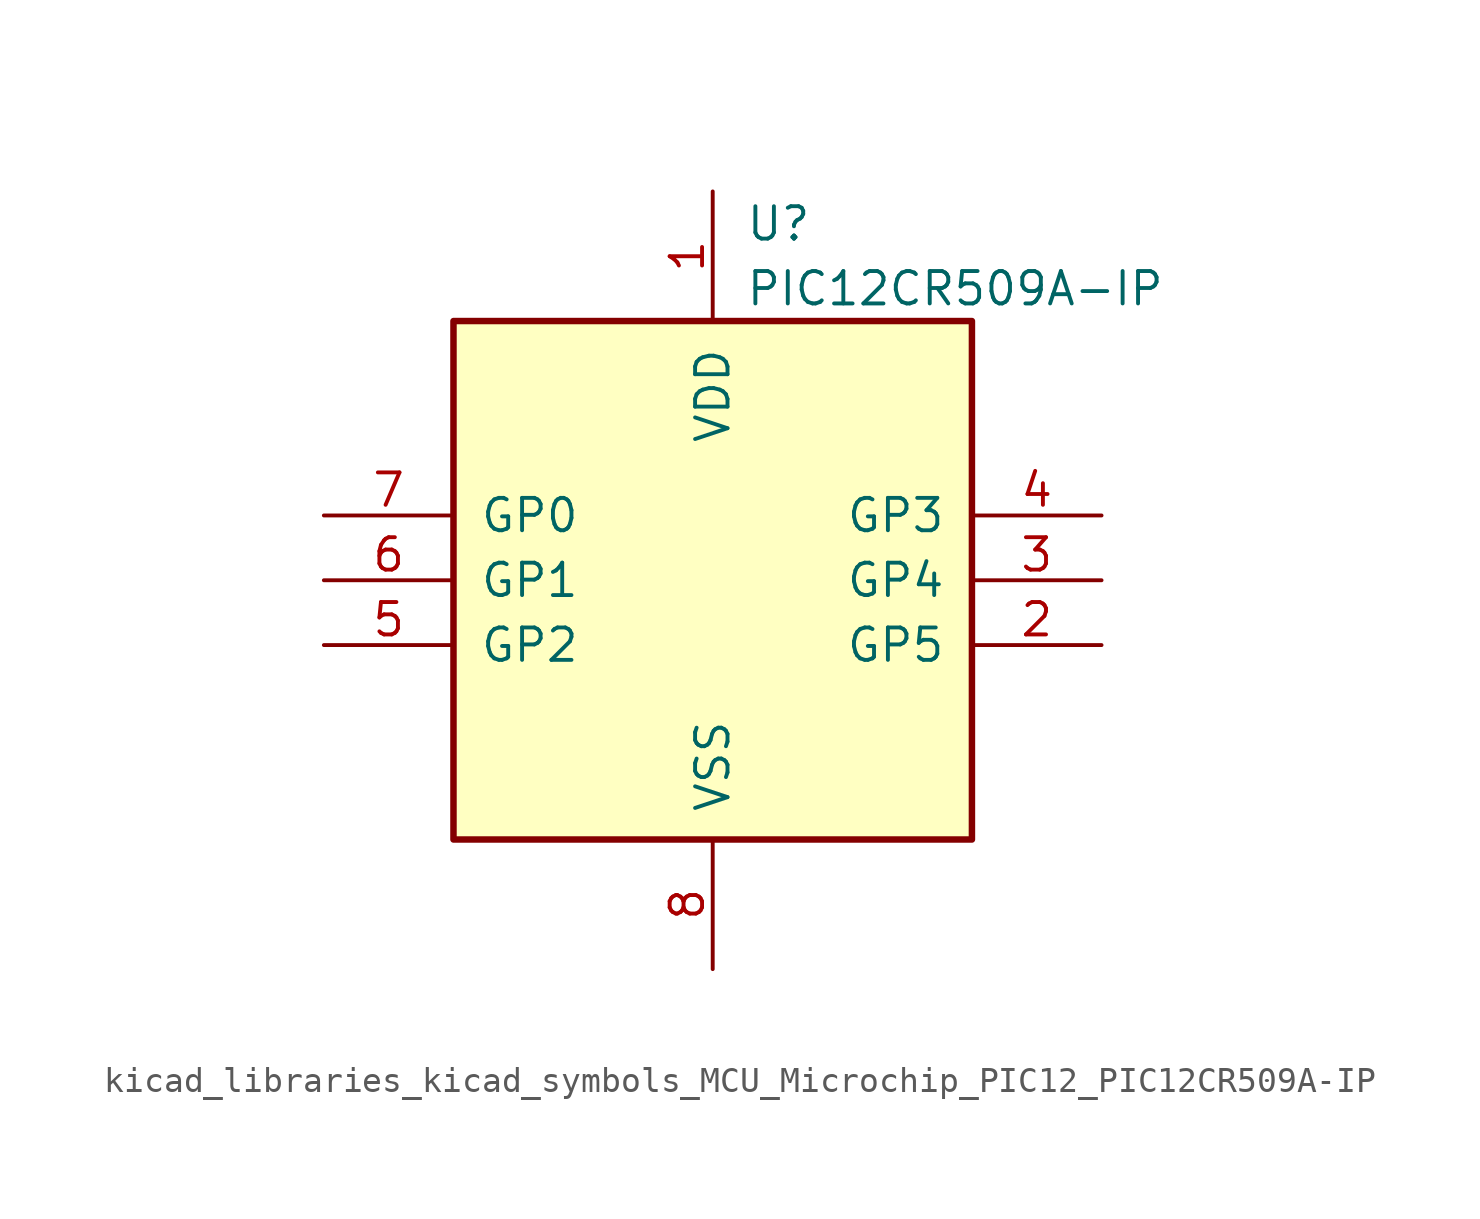
<source format=kicad_sym>
(kicad_symbol_lib
  (version 20220914)
  (generator kicad_symbol_editor)
  (symbol "kicad_libraries_kicad_symbols_MCU_Microchip_PIC12_PIC12CR509A-IP"
    (pin_names
      (offset 1.016))
    (property "Reference" "U"
      (at 1.27 13.97 0)
      (effects (font (size 1.27 1.27)) (justify left)))
    (property "Value" "PIC12CR509A-IP"
      (at 1.27 11.43 0)
      (effects (font (size 1.27 1.27)) (justify left)))
    (symbol "kicad_libraries_kicad_symbols_MCU_Microchip_PIC12_PIC12CR509A-IP_0_1"
      (rectangle (start 10.16 -10.16) (end -10.16 10.16) (stroke (width 0.254) (type default)) (fill (type background))))
    (symbol "kicad_libraries_kicad_symbols_MCU_Microchip_PIC12_PIC12CR509A-IP_1_1"
      (pin power_in line (at 0 15.24 270) (length 5.08) (name "VDD" (effects (font (size 1.27 1.27)))) (number "1" (effects (font (size 1.27 1.27)))))
      (pin bidirectional line (at 15.24 -2.54 180) (length 5.08) (name "GP5" (effects (font (size 1.27 1.27)))) (number "2" (effects (font (size 1.27 1.27)))))
      (pin bidirectional line (at 15.24 0 180) (length 5.08) (name "GP4" (effects (font (size 1.27 1.27)))) (number "3" (effects (font (size 1.27 1.27)))))
      (pin input line (at 15.24 2.54 180) (length 5.08) (name "GP3" (effects (font (size 1.27 1.27)))) (number "4" (effects (font (size 1.27 1.27)))))
      (pin bidirectional line (at -15.24 -2.54 0) (length 5.08) (name "GP2" (effects (font (size 1.27 1.27)))) (number "5" (effects (font (size 1.27 1.27)))))
      (pin bidirectional line (at -15.24 0 0) (length 5.08) (name "GP1" (effects (font (size 1.27 1.27)))) (number "6" (effects (font (size 1.27 1.27)))))
      (pin bidirectional line (at -15.24 2.54 0) (length 5.08) (name "GP0" (effects (font (size 1.27 1.27)))) (number "7" (effects (font (size 1.27 1.27)))))
      (pin power_in line (at 0 -15.24 90) (length 5.08) (name "VSS" (effects (font (size 1.27 1.27)))) (number "8" (effects (font (size 1.27 1.27))))))))
</source>
